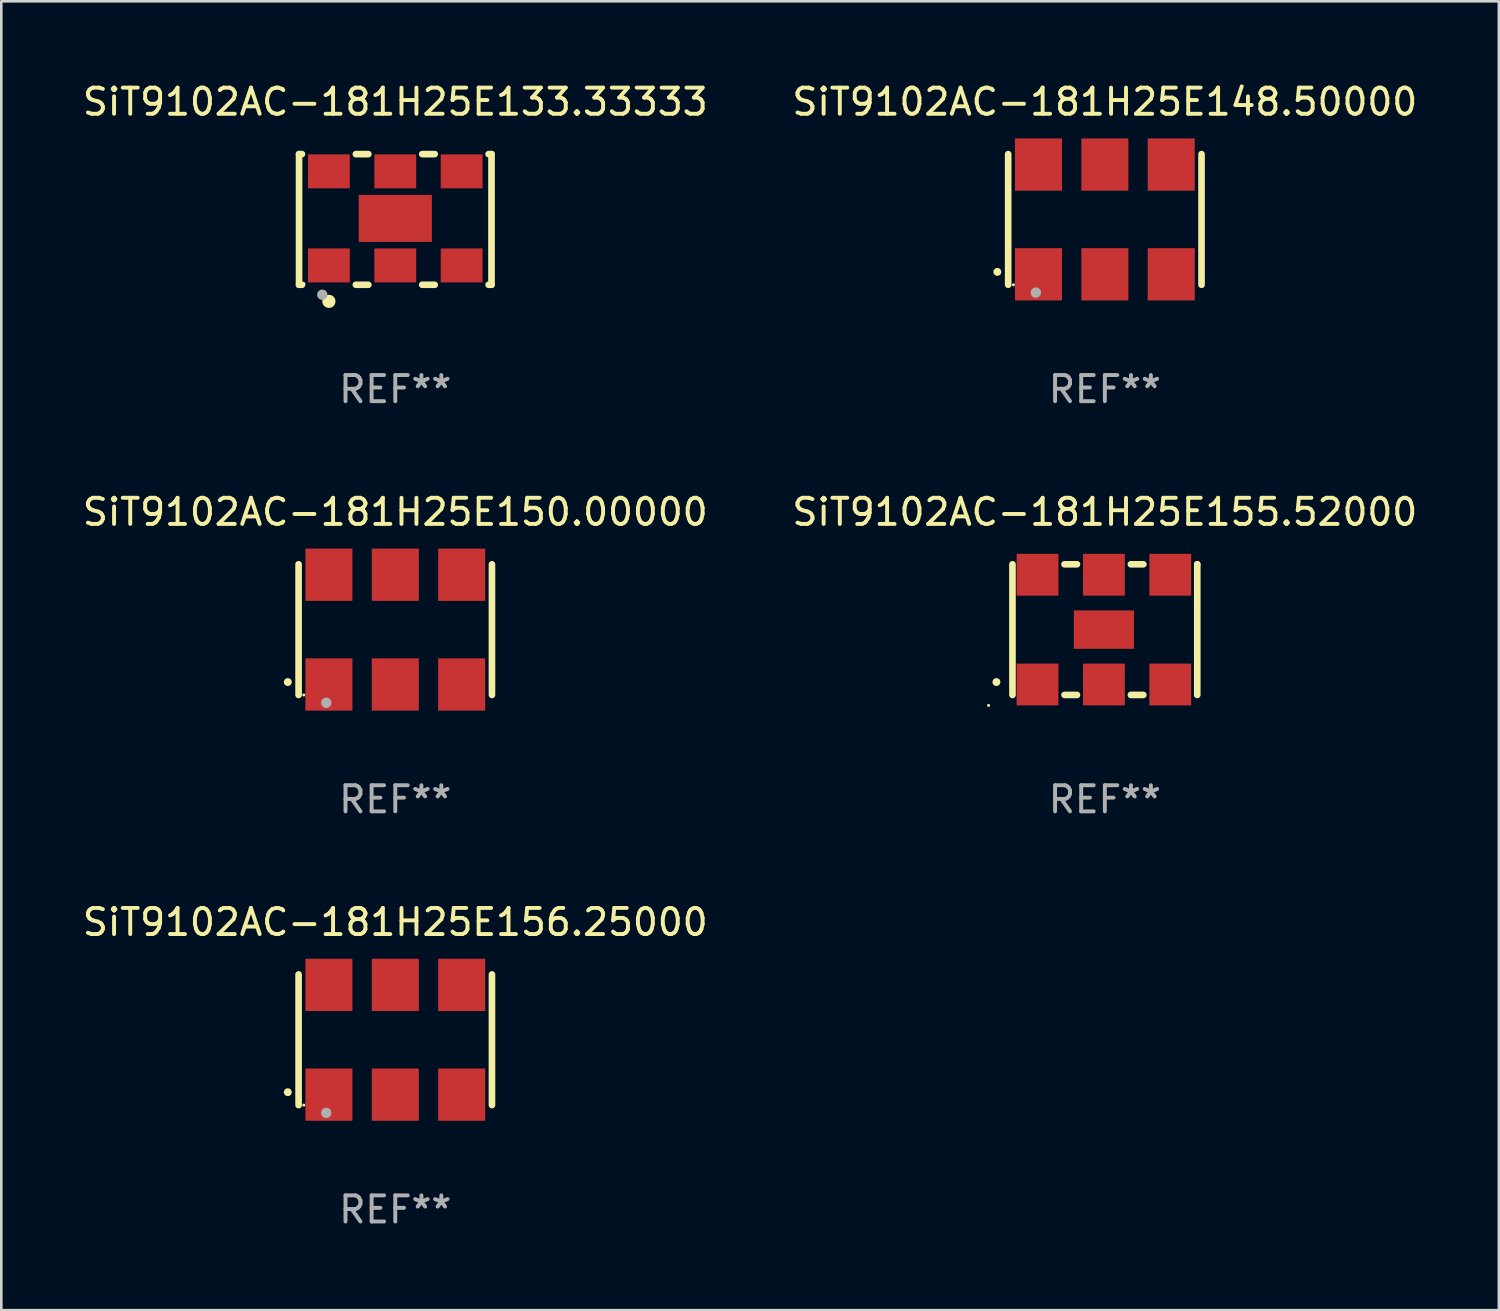
<source format=kicad_pcb>
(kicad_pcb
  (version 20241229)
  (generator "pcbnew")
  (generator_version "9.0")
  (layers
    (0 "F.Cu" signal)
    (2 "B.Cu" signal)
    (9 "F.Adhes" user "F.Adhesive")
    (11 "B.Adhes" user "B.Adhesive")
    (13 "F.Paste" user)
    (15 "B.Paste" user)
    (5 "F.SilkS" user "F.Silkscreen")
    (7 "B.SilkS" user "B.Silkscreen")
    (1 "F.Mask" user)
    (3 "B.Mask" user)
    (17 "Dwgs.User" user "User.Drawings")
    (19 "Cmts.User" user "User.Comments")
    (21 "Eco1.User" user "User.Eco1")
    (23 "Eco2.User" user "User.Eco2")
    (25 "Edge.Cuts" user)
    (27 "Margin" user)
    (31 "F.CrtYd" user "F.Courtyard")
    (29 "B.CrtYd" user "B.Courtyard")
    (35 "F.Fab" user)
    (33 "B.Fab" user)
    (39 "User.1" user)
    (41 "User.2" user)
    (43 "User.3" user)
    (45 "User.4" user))
  (footprint "SiT9102AC-181H25E148.50000"
    (layer "F.Cu")
    (at 39.232 5.348)
    (property "Reference" "SiT9102AC-181H25E148.50000" (at 0 -4.5 0) (layer "F.SilkS") (effects (font (size 1 1) (thickness 0.15))))
    (attr through_hole)
    (fp_line (start -3.7 -2.5) (end -3.7 2.5) (stroke (width 0.254) (type solid)) (layer "F.SilkS"))
    (fp_line (start 3.7 -2.5) (end 3.7 2.5) (stroke (width 0.254) (type solid)) (layer "F.SilkS"))
    (fp_arc (start -4.114415 2.006604) (mid -4.113145 2.006599) (end -4.111875 2.006604) (stroke (width 0.3) (type solid)) (layer "F.SilkS"))
    (fp_circle (center -3.5 2.501) (end -3.47 2.501) (stroke (width 0.06) (type solid)) (fill no) (layer "F.SilkS"))
    (fp_circle (center -2.641 2.799) (end -2.541 2.799) (stroke (width 0.2) (type solid)) (fill no) (layer "F.Fab"))
    (fp_text user "REF**" (at 0 6.5 0) (layer "F.Fab") (effects (font (size 1 1) (thickness 0.15))))
    (pad "1" smd rect (at -2.54 2.1) (size 1.8 2) (layers "F.Cu" "F.Mask" "F.Paste"))
    (pad "2" smd rect (at 0.000394 2.1) (size 1.8 2) (layers "F.Cu" "F.Mask" "F.Paste"))
    (pad "3" smd rect (at 2.54 2.1) (size 1.8 2) (layers "F.Cu" "F.Mask" "F.Paste"))
    (pad "4" smd rect (at 2.54 -2.1) (size 1.8 2) (layers "F.Cu" "F.Mask" "F.Paste"))
    (pad "5" smd rect (at 0.000394 -2.1) (size 1.8 2) (layers "F.Cu" "F.Mask" "F.Paste"))
    (pad "6" smd rect (at -2.54 -2.1) (size 1.8 2) (layers "F.Cu" "F.Mask" "F.Paste")))
  (footprint "SiT9102AC-181H25E156.25000"
    (layer "F.Cu")
    (at 12.077 36.741)
    (property "Reference" "SiT9102AC-181H25E156.25000" (at 0 -4.5 0) (layer "F.SilkS") (effects (font (size 1 1) (thickness 0.15))))
    (attr through_hole)
    (fp_line (start -3.7 -2.5) (end -3.7 2.5) (stroke (width 0.254) (type solid)) (layer "F.SilkS"))
    (fp_line (start 3.7 -2.5) (end 3.7 2.5) (stroke (width 0.254) (type solid)) (layer "F.SilkS"))
    (fp_arc (start -4.114415 2.006604) (mid -4.113145 2.006599) (end -4.111875 2.006604) (stroke (width 0.3) (type solid)) (layer "F.SilkS"))
    (fp_circle (center -3.5 2.501) (end -3.47 2.501) (stroke (width 0.06) (type solid)) (fill no) (layer "F.SilkS"))
    (fp_circle (center -2.641 2.799) (end -2.541 2.799) (stroke (width 0.2) (type solid)) (fill no) (layer "F.Fab"))
    (fp_text user "REF**" (at 0 6.5 0) (layer "F.Fab") (effects (font (size 1 1) (thickness 0.15))))
    (pad "1" smd rect (at -2.54 2.1) (size 1.8 2) (layers "F.Cu" "F.Mask" "F.Paste"))
    (pad "2" smd rect (at 0.000394 2.1) (size 1.8 2) (layers "F.Cu" "F.Mask" "F.Paste"))
    (pad "3" smd rect (at 2.54 2.1) (size 1.8 2) (layers "F.Cu" "F.Mask" "F.Paste"))
    (pad "4" smd rect (at 2.54 -2.1) (size 1.8 2) (layers "F.Cu" "F.Mask" "F.Paste"))
    (pad "5" smd rect (at 0.000394 -2.1) (size 1.8 2) (layers "F.Cu" "F.Mask" "F.Paste"))
    (pad "6" smd rect (at -2.54 -2.1) (size 1.8 2) (layers "F.Cu" "F.Mask" "F.Paste")))
  (footprint "SiT9102AC-181H25E133.33333"
    (layer "F.Cu")
    (at 12.077 5.348)
    (property "Reference" "SiT9102AC-181H25E133.33333" (at 0 -4.5 0) (layer "F.SilkS") (effects (font (size 1 1) (thickness 0.15))))
    (attr through_hole)
    (fp_line (start -3.683 -2.5) (end -3.571 -2.5) (stroke (width 0.254) (type solid)) (layer "F.SilkS"))
    (fp_line (start -3.683 2.5) (end -3.683 -2.5) (stroke (width 0.254) (type solid)) (layer "F.SilkS"))
    (fp_line (start -3.683 2.5) (end -3.571 2.5) (stroke (width 0.254) (type solid)) (layer "F.SilkS"))
    (fp_line (start -1.509 -2.5) (end -1.031 -2.5) (stroke (width 0.254) (type solid)) (layer "F.SilkS"))
    (fp_line (start -1.509 2.5) (end -1.031 2.5) (stroke (width 0.254) (type solid)) (layer "F.SilkS"))
    (fp_line (start 1.031 -2.5) (end 1.509 -2.5) (stroke (width 0.254) (type solid)) (layer "F.SilkS"))
    (fp_line (start 1.031 2.5) (end 1.509 2.5) (stroke (width 0.254) (type solid)) (layer "F.SilkS"))
    (fp_line (start 3.571 -2.5) (end 3.683 -2.5) (stroke (width 0.254) (type solid)) (layer "F.SilkS"))
    (fp_line (start 3.571 2.5) (end 3.683 2.5) (stroke (width 0.254) (type solid)) (layer "F.SilkS"))
    (fp_line (start 3.683 2.5) (end 3.683 -2.5) (stroke (width 0.254) (type solid)) (layer "F.SilkS"))
    (fp_circle (center -3.5 2.46) (end -3.47 2.46) (stroke (width 0.06) (type solid)) (fill no) (layer "F.SilkS"))
    (fp_circle (center -2.54 3.135) (end -2.413 3.135) (stroke (width 0.254) (type solid)) (fill no) (layer "F.SilkS"))
    (fp_circle (center -2.794 2.881) (end -2.694 2.881) (stroke (width 0.2) (type solid)) (fill no) (layer "F.Fab"))
    (fp_text user "REF**" (at 0 6.5 0) (layer "F.Fab") (effects (font (size 1 1) (thickness 0.15))))
    (pad "1" smd rect (at -2.54 1.76) (size 1.6 1.3) (layers "F.Cu" "F.Mask" "F.Paste"))
    (pad "2" smd rect (at 0 1.76) (size 1.6 1.3) (layers "F.Cu" "F.Mask" "F.Paste"))
    (pad "3" smd rect (at 2.54 1.76) (size 1.6 1.3) (layers "F.Cu" "F.Mask" "F.Paste"))
    (pad "4" smd rect (at 2.54 -1.84) (size 1.6 1.3) (layers "F.Cu" "F.Mask" "F.Paste"))
    (pad "5" smd rect (at 0 -1.84) (size 1.6 1.3) (layers "F.Cu" "F.Mask" "F.Paste"))
    (pad "6" smd rect (at -2.54 -1.84) (size 1.6 1.3) (layers "F.Cu" "F.Mask" "F.Paste"))
    (pad "7" smd rect (at 0 -0.04) (size 2.8 1.8) (layers "F.Cu" "F.Mask" "F.Paste")))
  (footprint "SiT9102AC-181H25E155.52000"
    (layer "F.Cu")
    (at 39.232 21.045)
    (property "Reference" "SiT9102AC-181H25E155.52000" (at 0 -4.5 0) (layer "F.SilkS") (effects (font (size 1 1) (thickness 0.15))))
    (attr through_hole)
    (fp_line (start -3.536 -2.5) (end -3.536 2.5) (stroke (width 0.254) (type solid)) (layer "F.SilkS"))
    (fp_line (start -1.544 2.5) (end -1.067 2.5) (stroke (width 0.254) (type solid)) (layer "F.SilkS"))
    (fp_line (start -1.067 -2.5) (end -1.544 -2.5) (stroke (width 0.254) (type solid)) (layer "F.SilkS"))
    (fp_line (start 0.996 2.5) (end 1.473 2.5) (stroke (width 0.254) (type solid)) (layer "F.SilkS"))
    (fp_line (start 1.473 -2.5) (end 0.996 -2.5) (stroke (width 0.254) (type solid)) (layer "F.SilkS"))
    (fp_line (start 3.536 -2.5) (end 3.536 -2.5) (stroke (width 0.254) (type solid)) (layer "F.SilkS"))
    (fp_line (start 3.536 2.5) (end 3.536 -2.5) (stroke (width 0.254) (type solid)) (layer "F.SilkS"))
    (fp_arc (start -4.150432 2.006604) (mid -4.149162 2.006599) (end -4.147892 2.006604) (stroke (width 0.3) (type solid)) (layer "F.SilkS"))
    (fp_circle (center -4.449 2.9) (end -4.419 2.9) (stroke (width 0.06) (type solid)) (fill no) (layer "F.SilkS"))
    (fp_text user "REF**" (at 0 6.5 0) (layer "F.Fab") (effects (font (size 1 1) (thickness 0.15))))
    (pad "1" smd rect (at -2.576 2.1) (size 1.6 1.6) (layers "F.Cu" "F.Mask" "F.Paste"))
    (pad "2" smd rect (at -0.036 2.1) (size 1.6 1.6) (layers "F.Cu" "F.Mask" "F.Paste"))
    (pad "3" smd rect (at 2.504 2.1) (size 1.6 1.6) (layers "F.Cu" "F.Mask" "F.Paste"))
    (pad "4" smd rect (at 2.504 -2.1) (size 1.6 1.6) (layers "F.Cu" "F.Mask" "F.Paste"))
    (pad "5" smd rect (at -0.036 -2.1) (size 1.6 1.6) (layers "F.Cu" "F.Mask" "F.Paste"))
    (pad "6" smd rect (at -2.576 -2.1) (size 1.6 1.6) (layers "F.Cu" "F.Mask" "F.Paste"))
    (pad "7" smd rect (at -0.036 0) (size 2.3 1.47) (layers "F.Cu" "F.Mask" "F.Paste")))
  (footprint "SiT9102AC-181H25E150.00000"
    (layer "F.Cu")
    (at 12.077 21.045)
    (property "Reference" "SiT9102AC-181H25E150.00000" (at 0 -4.5 0) (layer "F.SilkS") (effects (font (size 1 1) (thickness 0.15))))
    (attr through_hole)
    (fp_line (start -3.7 -2.5) (end -3.7 2.5) (stroke (width 0.254) (type solid)) (layer "F.SilkS"))
    (fp_line (start 3.7 -2.5) (end 3.7 2.5) (stroke (width 0.254) (type solid)) (layer "F.SilkS"))
    (fp_arc (start -4.114415 2.006604) (mid -4.113145 2.006599) (end -4.111875 2.006604) (stroke (width 0.3) (type solid)) (layer "F.SilkS"))
    (fp_circle (center -3.5 2.501) (end -3.47 2.501) (stroke (width 0.06) (type solid)) (fill no) (layer "F.SilkS"))
    (fp_circle (center -2.641 2.799) (end -2.541 2.799) (stroke (width 0.2) (type solid)) (fill no) (layer "F.Fab"))
    (fp_text user "REF**" (at 0 6.5 0) (layer "F.Fab") (effects (font (size 1 1) (thickness 0.15))))
    (pad "1" smd rect (at -2.54 2.1) (size 1.8 2) (layers "F.Cu" "F.Mask" "F.Paste"))
    (pad "2" smd rect (at 0.000394 2.1) (size 1.8 2) (layers "F.Cu" "F.Mask" "F.Paste"))
    (pad "3" smd rect (at 2.54 2.1) (size 1.8 2) (layers "F.Cu" "F.Mask" "F.Paste"))
    (pad "4" smd rect (at 2.54 -2.1) (size 1.8 2) (layers "F.Cu" "F.Mask" "F.Paste"))
    (pad "5" smd rect (at 0.000394 -2.1) (size 1.8 2) (layers "F.Cu" "F.Mask" "F.Paste"))
    (pad "6" smd rect (at -2.54 -2.1) (size 1.8 2) (layers "F.Cu" "F.Mask" "F.Paste")))
  (gr_rect
    (start -3 -3)
    (end 54.31 47.09)
    (stroke (width 0.1) (type default))
    (fill no)
    (layer "Edge.Cuts")))
</source>
